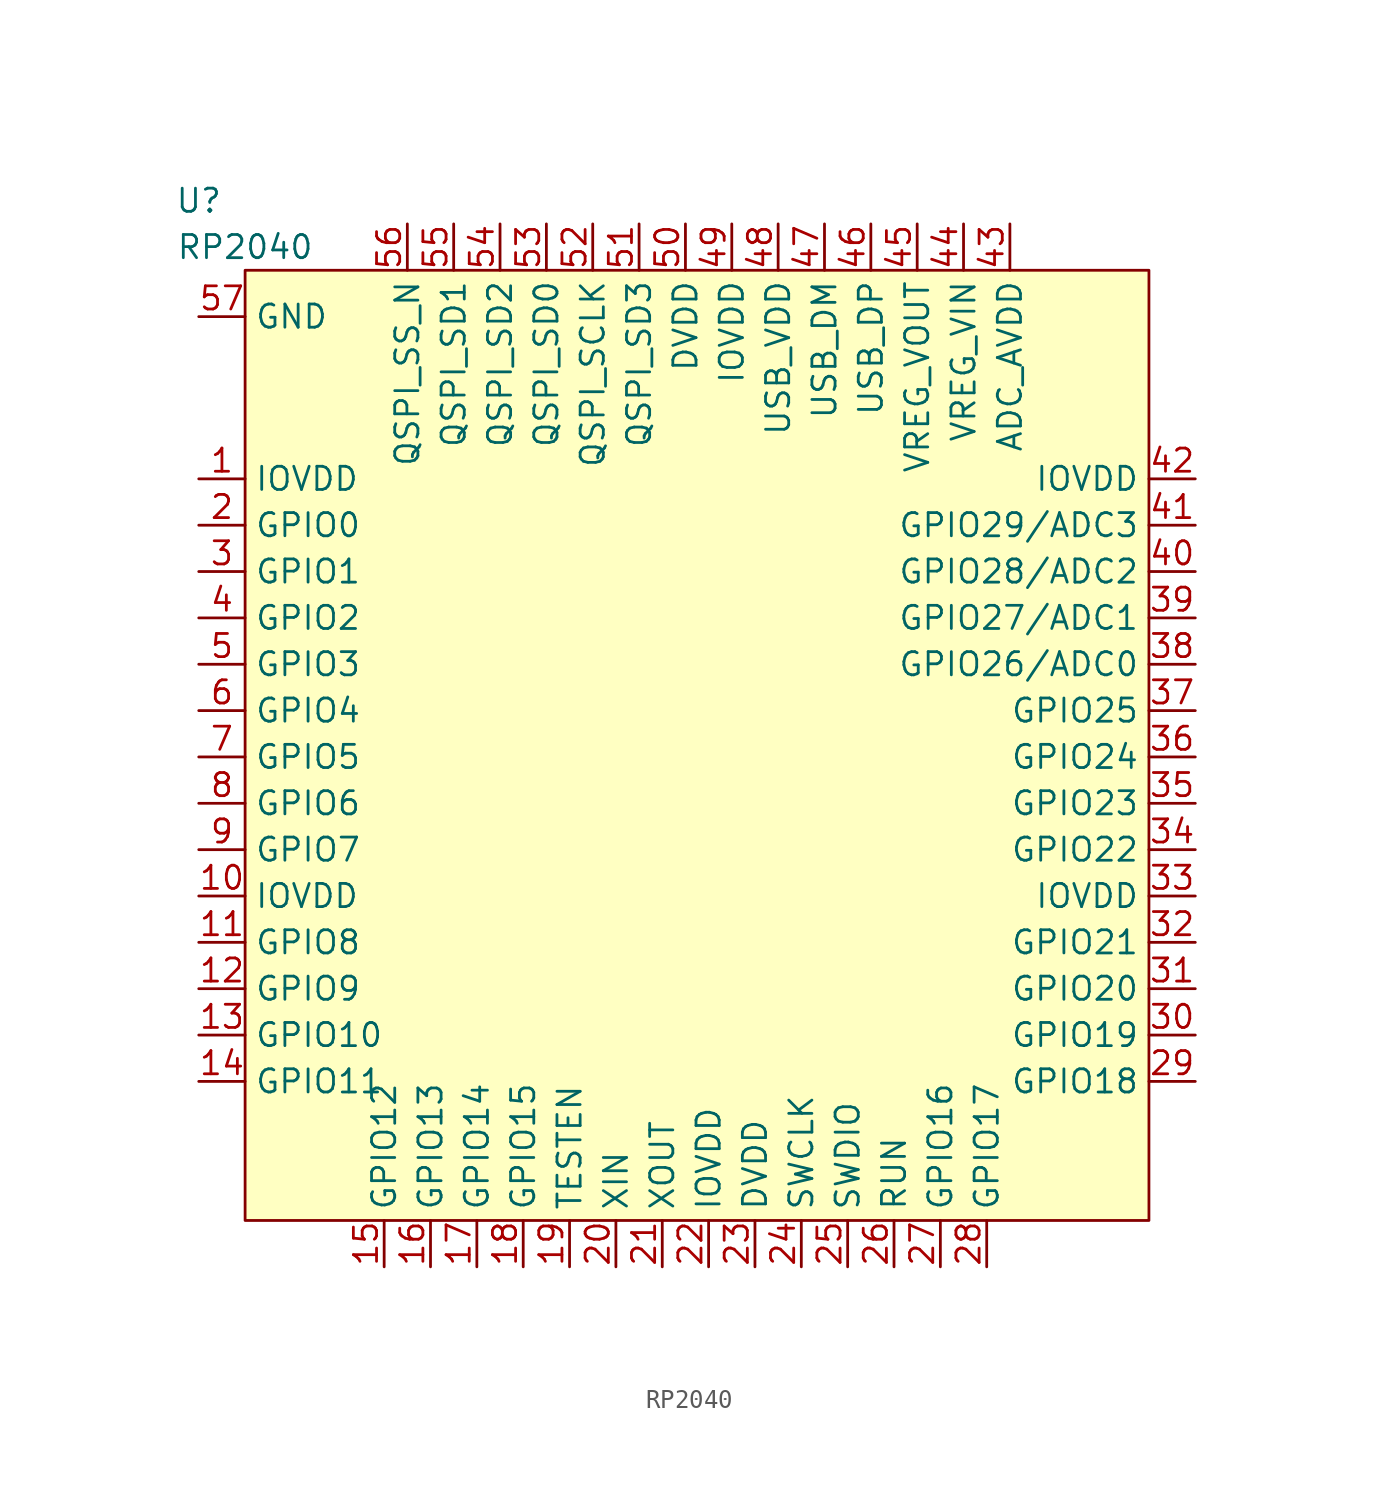
<source format=kicad_sym>
(kicad_symbol_lib
  (version 20211014)
  (generator kicad_symbol_editor)
  (symbol "RP2040"
    (property "Reference" "U"
      (at -26.67 30.48 0)
      (effects (font (size 1.27 1.27))))
    (property "Value" "RP2040"
      (at -24.13 27.94 0)
      (effects (font (size 1.27 1.27))))
    (symbol "RP2040_0_1"
      (rectangle (start -24.13 26.67) (end 25.4 -25.4) (stroke (width 0.152) (type default) (color 0 0 0 0)) (fill (type background))))
    (symbol "RP2040_1_1"
      (pin power_in line (at -26.67 15.24 0) (length 2.54) (name "IOVDD" (effects (font (size 1.27 1.27)))) (number "1" (effects (font (size 1.27 1.27)))))
      (pin power_in line (at -26.67 -7.62 0) (length 2.54) (name "IOVDD" (effects (font (size 1.27 1.27)))) (number "10" (effects (font (size 1.27 1.27)))))
      (pin bidirectional line (at -26.67 -10.16 0) (length 2.54) (name "GPIO8" (effects (font (size 1.27 1.27)))) (number "11" (effects (font (size 1.27 1.27)))))
      (pin bidirectional line (at -26.67 -12.7 0) (length 2.54) (name "GPIO9" (effects (font (size 1.27 1.27)))) (number "12" (effects (font (size 1.27 1.27)))))
      (pin bidirectional line (at -26.67 -15.24 0) (length 2.54) (name "GPIO10" (effects (font (size 1.27 1.27)))) (number "13" (effects (font (size 1.27 1.27)))))
      (pin bidirectional line (at -26.67 -17.78 0) (length 2.54) (name "GPIO11" (effects (font (size 1.27 1.27)))) (number "14" (effects (font (size 1.27 1.27)))))
      (pin bidirectional line (at -16.51 -27.94 90) (length 2.54) (name "GPIO12" (effects (font (size 1.27 1.27)))) (number "15" (effects (font (size 1.27 1.27)))))
      (pin bidirectional line (at -13.97 -27.94 90) (length 2.54) (name "GPIO13" (effects (font (size 1.27 1.27)))) (number "16" (effects (font (size 1.27 1.27)))))
      (pin bidirectional line (at -11.43 -27.94 90) (length 2.54) (name "GPIO14" (effects (font (size 1.27 1.27)))) (number "17" (effects (font (size 1.27 1.27)))))
      (pin bidirectional line (at -8.89 -27.94 90) (length 2.54) (name "GPIO15" (effects (font (size 1.27 1.27)))) (number "18" (effects (font (size 1.27 1.27)))))
      (pin unspecified line (at -6.35 -27.94 90) (length 2.54) (name "TESTEN" (effects (font (size 1.27 1.27)))) (number "19" (effects (font (size 1.27 1.27)))))
      (pin bidirectional line (at -26.67 12.7 0) (length 2.54) (name "GPIO0" (effects (font (size 1.27 1.27)))) (number "2" (effects (font (size 1.27 1.27)))))
      (pin input line (at -3.81 -27.94 90) (length 2.54) (name "XIN" (effects (font (size 1.27 1.27)))) (number "20" (effects (font (size 1.27 1.27)))))
      (pin output line (at -1.27 -27.94 90) (length 2.54) (name "XOUT" (effects (font (size 1.27 1.27)))) (number "21" (effects (font (size 1.27 1.27)))))
      (pin power_in line (at 1.27 -27.94 90) (length 2.54) (name "IOVDD" (effects (font (size 1.27 1.27)))) (number "22" (effects (font (size 1.27 1.27)))))
      (pin power_in line (at 3.81 -27.94 90) (length 2.54) (name "DVDD" (effects (font (size 1.27 1.27)))) (number "23" (effects (font (size 1.27 1.27)))))
      (pin input line (at 6.35 -27.94 90) (length 2.54) (name "SWCLK" (effects (font (size 1.27 1.27)))) (number "24" (effects (font (size 1.27 1.27)))))
      (pin bidirectional line (at 8.89 -27.94 90) (length 2.54) (name "SWDIO" (effects (font (size 1.27 1.27)))) (number "25" (effects (font (size 1.27 1.27)))))
      (pin input line (at 11.43 -27.94 90) (length 2.54) (name "RUN" (effects (font (size 1.27 1.27)))) (number "26" (effects (font (size 1.27 1.27)))))
      (pin bidirectional line (at 13.97 -27.94 90) (length 2.54) (name "GPIO16" (effects (font (size 1.27 1.27)))) (number "27" (effects (font (size 1.27 1.27)))))
      (pin bidirectional line (at 16.51 -27.94 90) (length 2.54) (name "GPIO17" (effects (font (size 1.27 1.27)))) (number "28" (effects (font (size 1.27 1.27)))))
      (pin bidirectional line (at 27.94 -17.78 180) (length 2.54) (name "GPIO18" (effects (font (size 1.27 1.27)))) (number "29" (effects (font (size 1.27 1.27)))))
      (pin bidirectional line (at -26.67 10.16 0) (length 2.54) (name "GPIO1" (effects (font (size 1.27 1.27)))) (number "3" (effects (font (size 1.27 1.27)))))
      (pin bidirectional line (at 27.94 -15.24 180) (length 2.54) (name "GPIO19" (effects (font (size 1.27 1.27)))) (number "30" (effects (font (size 1.27 1.27)))))
      (pin bidirectional line (at 27.94 -12.7 180) (length 2.54) (name "GPIO20" (effects (font (size 1.27 1.27)))) (number "31" (effects (font (size 1.27 1.27)))))
      (pin bidirectional line (at 27.94 -10.16 180) (length 2.54) (name "GPIO21" (effects (font (size 1.27 1.27)))) (number "32" (effects (font (size 1.27 1.27)))))
      (pin power_in line (at 27.94 -7.62 180) (length 2.54) (name "IOVDD" (effects (font (size 1.27 1.27)))) (number "33" (effects (font (size 1.27 1.27)))))
      (pin bidirectional line (at 27.94 -5.08 180) (length 2.54) (name "GPIO22" (effects (font (size 1.27 1.27)))) (number "34" (effects (font (size 1.27 1.27)))))
      (pin bidirectional line (at 27.94 -2.54 180) (length 2.54) (name "GPIO23" (effects (font (size 1.27 1.27)))) (number "35" (effects (font (size 1.27 1.27)))))
      (pin bidirectional line (at 27.94 0 180) (length 2.54) (name "GPIO24" (effects (font (size 1.27 1.27)))) (number "36" (effects (font (size 1.27 1.27)))))
      (pin bidirectional line (at 27.94 2.54 180) (length 2.54) (name "GPIO25" (effects (font (size 1.27 1.27)))) (number "37" (effects (font (size 1.27 1.27)))))
      (pin bidirectional line (at 27.94 5.08 180) (length 2.54) (name "GPIO26/ADC0" (effects (font (size 1.27 1.27)))) (number "38" (effects (font (size 1.27 1.27)))))
      (pin bidirectional line (at 27.94 7.62 180) (length 2.54) (name "GPIO27/ADC1" (effects (font (size 1.27 1.27)))) (number "39" (effects (font (size 1.27 1.27)))))
      (pin bidirectional line (at -26.67 7.62 0) (length 2.54) (name "GPIO2" (effects (font (size 1.27 1.27)))) (number "4" (effects (font (size 1.27 1.27)))))
      (pin bidirectional line (at 27.94 10.16 180) (length 2.54) (name "GPIO28/ADC2" (effects (font (size 1.27 1.27)))) (number "40" (effects (font (size 1.27 1.27)))))
      (pin bidirectional line (at 27.94 12.7 180) (length 2.54) (name "GPIO29/ADC3" (effects (font (size 1.27 1.27)))) (number "41" (effects (font (size 1.27 1.27)))))
      (pin power_in line (at 27.94 15.24 180) (length 2.54) (name "IOVDD" (effects (font (size 1.27 1.27)))) (number "42" (effects (font (size 1.27 1.27)))))
      (pin power_in line (at 17.78 29.21 270) (length 2.54) (name "ADC_AVDD" (effects (font (size 1.27 1.27)))) (number "43" (effects (font (size 1.27 1.27)))))
      (pin power_in line (at 15.24 29.21 270) (length 2.54) (name "VREG_VIN" (effects (font (size 1.27 1.27)))) (number "44" (effects (font (size 1.27 1.27)))))
      (pin power_out line (at 12.7 29.21 270) (length 2.54) (name "VREG_VOUT" (effects (font (size 1.27 1.27)))) (number "45" (effects (font (size 1.27 1.27)))))
      (pin bidirectional line (at 10.16 29.21 270) (length 2.54) (name "USB_DP" (effects (font (size 1.27 1.27)))) (number "46" (effects (font (size 1.27 1.27)))))
      (pin bidirectional line (at 7.62 29.21 270) (length 2.54) (name "USB_DM" (effects (font (size 1.27 1.27)))) (number "47" (effects (font (size 1.27 1.27)))))
      (pin power_in line (at 5.08 29.21 270) (length 2.54) (name "USB_VDD" (effects (font (size 1.27 1.27)))) (number "48" (effects (font (size 1.27 1.27)))))
      (pin power_in line (at 2.54 29.21 270) (length 2.54) (name "IOVDD" (effects (font (size 1.27 1.27)))) (number "49" (effects (font (size 1.27 1.27)))))
      (pin bidirectional line (at -26.67 5.08 0) (length 2.54) (name "GPIO3" (effects (font (size 1.27 1.27)))) (number "5" (effects (font (size 1.27 1.27)))))
      (pin power_in line (at 0 29.21 270) (length 2.54) (name "DVDD" (effects (font (size 1.27 1.27)))) (number "50" (effects (font (size 1.27 1.27)))))
      (pin bidirectional line (at -2.54 29.21 270) (length 2.54) (name "QSPI_SD3" (effects (font (size 1.27 1.27)))) (number "51" (effects (font (size 1.27 1.27)))))
      (pin output line (at -5.08 29.21 270) (length 2.54) (name "QSPI_SCLK" (effects (font (size 1.27 1.27)))) (number "52" (effects (font (size 1.27 1.27)))))
      (pin bidirectional line (at -7.62 29.21 270) (length 2.54) (name "QSPI_SD0" (effects (font (size 1.27 1.27)))) (number "53" (effects (font (size 1.27 1.27)))))
      (pin bidirectional line (at -10.16 29.21 270) (length 2.54) (name "QSPI_SD2" (effects (font (size 1.27 1.27)))) (number "54" (effects (font (size 1.27 1.27)))))
      (pin bidirectional line (at -12.7 29.21 270) (length 2.54) (name "QSPI_SD1" (effects (font (size 1.27 1.27)))) (number "55" (effects (font (size 1.27 1.27)))))
      (pin bidirectional line (at -15.24 29.21 270) (length 2.54) (name "QSPI_SS_N" (effects (font (size 1.27 1.27)))) (number "56" (effects (font (size 1.27 1.27)))))
      (pin power_in line (at -26.67 24.13 0) (length 2.54) (name "GND" (effects (font (size 1.27 1.27)))) (number "57" (effects (font (size 1.27 1.27)))))
      (pin bidirectional line (at -26.67 2.54 0) (length 2.54) (name "GPIO4" (effects (font (size 1.27 1.27)))) (number "6" (effects (font (size 1.27 1.27)))))
      (pin bidirectional line (at -26.67 0 0) (length 2.54) (name "GPIO5" (effects (font (size 1.27 1.27)))) (number "7" (effects (font (size 1.27 1.27)))))
      (pin bidirectional line (at -26.67 -2.54 0) (length 2.54) (name "GPIO6" (effects (font (size 1.27 1.27)))) (number "8" (effects (font (size 1.27 1.27)))))
      (pin bidirectional line (at -26.67 -5.08 0) (length 2.54) (name "GPIO7" (effects (font (size 1.27 1.27)))) (number "9" (effects (font (size 1.27 1.27))))))))
</source>
